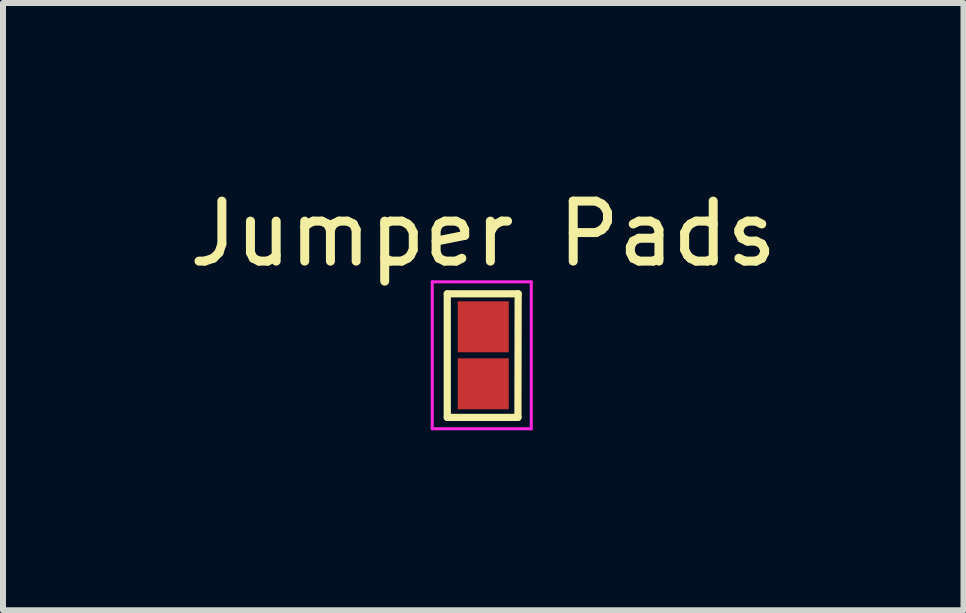
<source format=kicad_pcb>
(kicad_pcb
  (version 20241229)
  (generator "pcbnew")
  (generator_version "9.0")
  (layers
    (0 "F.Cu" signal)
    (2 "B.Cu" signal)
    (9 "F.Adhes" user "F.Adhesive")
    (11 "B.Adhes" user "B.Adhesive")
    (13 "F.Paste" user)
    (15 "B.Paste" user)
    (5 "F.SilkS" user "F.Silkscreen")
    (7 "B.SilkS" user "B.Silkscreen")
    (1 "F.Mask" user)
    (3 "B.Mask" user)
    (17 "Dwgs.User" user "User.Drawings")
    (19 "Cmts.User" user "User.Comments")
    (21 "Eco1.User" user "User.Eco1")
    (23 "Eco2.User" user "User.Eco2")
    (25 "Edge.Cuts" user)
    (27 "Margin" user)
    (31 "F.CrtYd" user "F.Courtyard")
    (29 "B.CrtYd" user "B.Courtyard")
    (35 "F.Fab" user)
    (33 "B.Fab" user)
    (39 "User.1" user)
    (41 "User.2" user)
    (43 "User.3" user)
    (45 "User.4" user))
  (footprint "Jumper Pads"
    (layer "F.Cu")
    (at 5.006 2.298)
    (property "Reference" "Jumper Pads" (at 0 -1.45 0) (layer "F.SilkS") (effects (font (size 1 1) (thickness 0.15))))
    (attr through_hole)
    (fp_line (start -0.6 -0.45) (end -0.6 1.61) (stroke (width 0.12) (type solid)) (layer "F.SilkS"))
    (fp_line (start -0.6 -0.45) (end 0.582 -0.45) (stroke (width 0.12) (type solid)) (layer "F.SilkS"))
    (fp_line (start -0.6 1.61) (end 0.578 1.61) (stroke (width 0.12) (type solid)) (layer "F.SilkS"))
    (fp_line (start 0.582 -0.45) (end 0.578 1.61) (stroke (width 0.12) (type solid)) (layer "F.SilkS"))
    (fp_line (start -0.85 -0.65) (end -0.85 1.8) (stroke (width 0.05) (type solid)) (layer "F.CrtYd"))
    (fp_line (start -0.85 1.8) (end 0.8 1.8) (stroke (width 0.05) (type solid)) (layer "F.CrtYd"))
    (fp_line (start 0.8 -0.65) (end -0.85 -0.65) (stroke (width 0.05) (type solid)) (layer "F.CrtYd"))
    (fp_line (start 0.8 1.8) (end 0.8 -0.65) (stroke (width 0.05) (type solid)) (layer "F.CrtYd"))
    (pad "1" smd rect (at 0 0.1) (size 0.85 0.85) (layers "F.Cu" "F.Mask" "F.Paste"))
    (pad "2" smd rect (at 0 1.05) (size 0.85 0.85) (layers "F.Cu" "F.Mask" "F.Paste")))
  (gr_rect
    (start -3 -3)
    (end 13.012 7.123)
    (stroke (width 0.1) (type default))
    (fill no)
    (layer "Edge.Cuts")))
</source>
